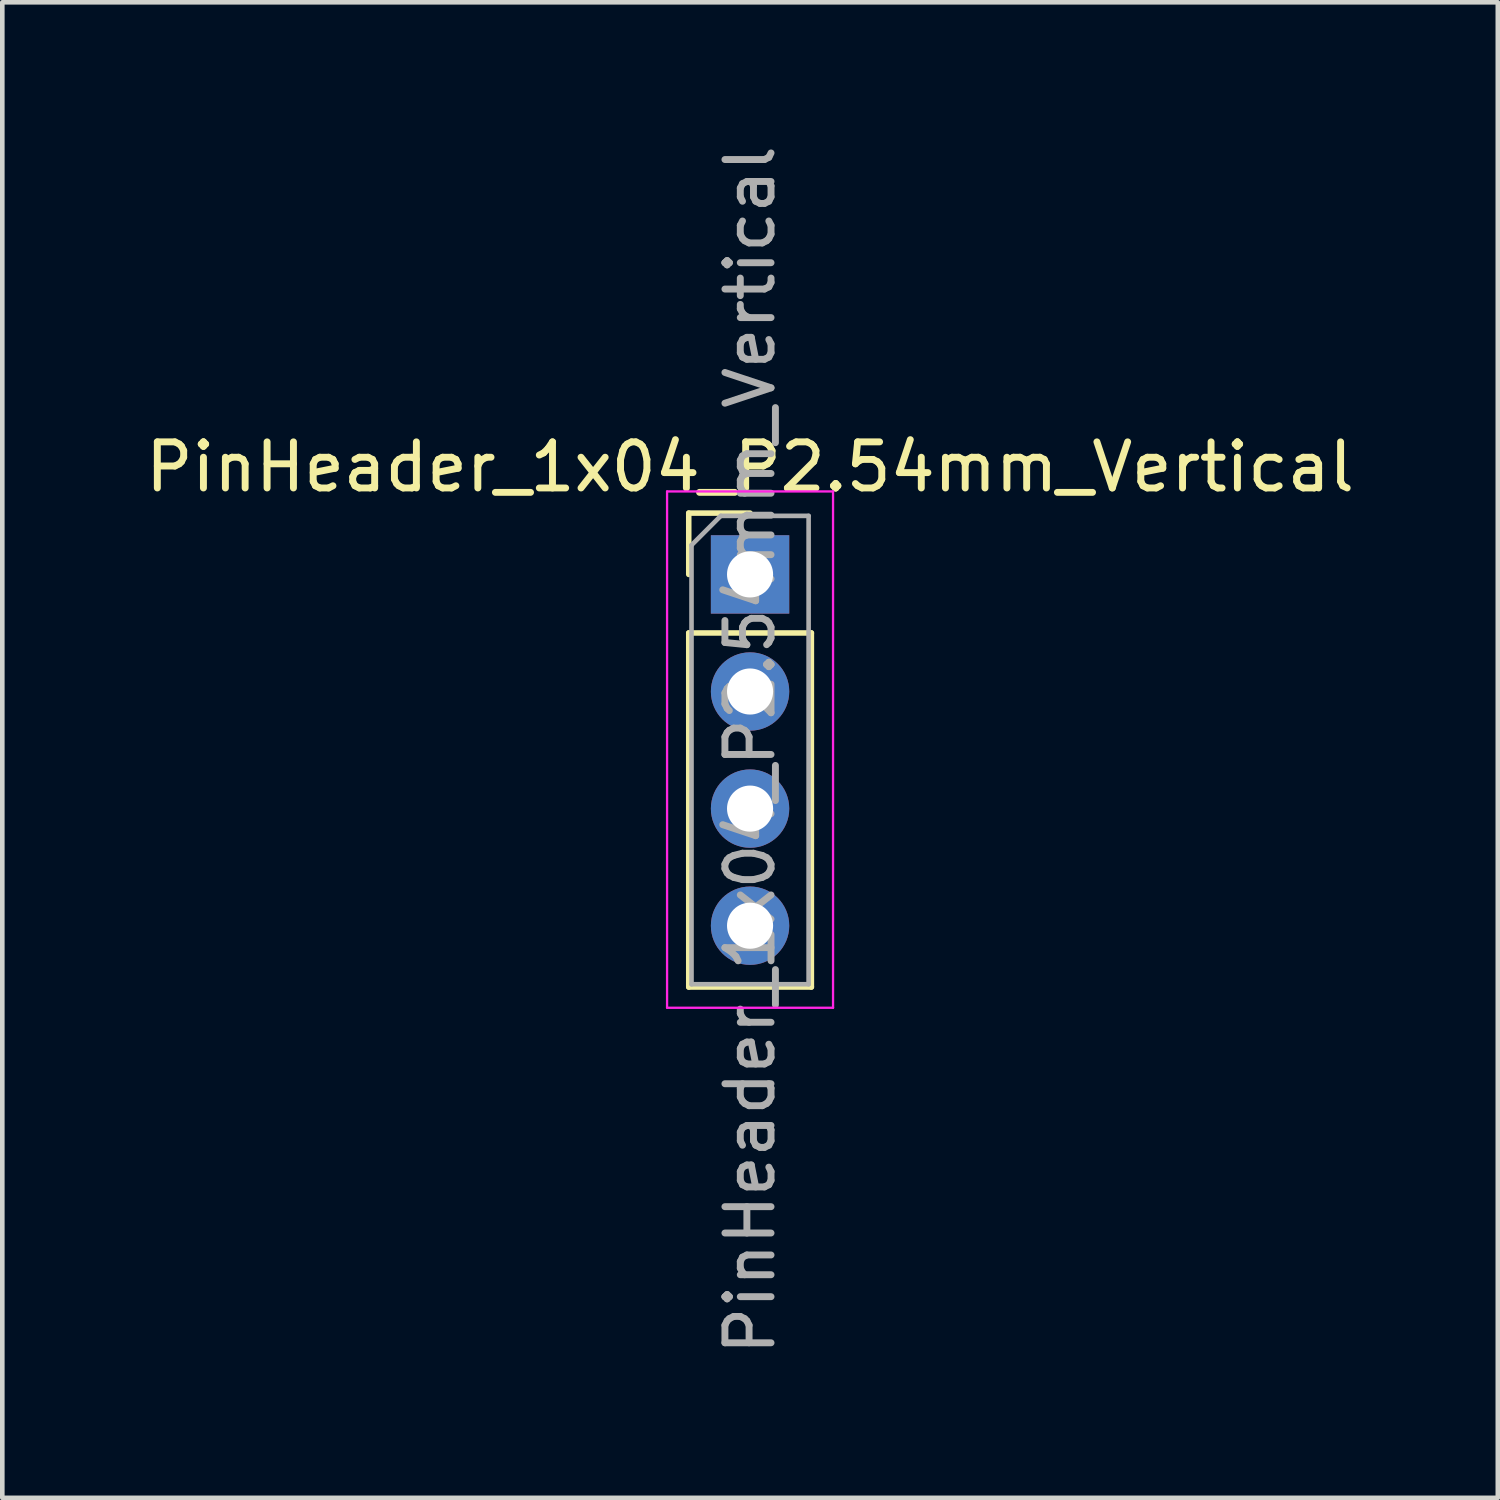
<source format=kicad_pcb>
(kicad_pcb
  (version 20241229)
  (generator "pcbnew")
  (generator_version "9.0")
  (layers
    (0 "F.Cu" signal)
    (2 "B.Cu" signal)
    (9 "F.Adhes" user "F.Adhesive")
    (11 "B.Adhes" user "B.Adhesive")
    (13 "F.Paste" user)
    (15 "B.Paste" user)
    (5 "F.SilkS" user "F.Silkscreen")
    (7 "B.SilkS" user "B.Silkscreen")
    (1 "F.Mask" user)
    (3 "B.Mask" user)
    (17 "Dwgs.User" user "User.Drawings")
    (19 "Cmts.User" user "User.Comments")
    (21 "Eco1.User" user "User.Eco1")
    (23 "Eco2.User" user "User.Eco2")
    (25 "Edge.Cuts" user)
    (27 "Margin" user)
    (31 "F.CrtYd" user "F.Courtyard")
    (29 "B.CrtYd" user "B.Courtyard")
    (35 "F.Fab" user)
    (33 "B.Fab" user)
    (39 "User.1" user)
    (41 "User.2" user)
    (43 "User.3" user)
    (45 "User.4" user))
  (footprint "PinHeader_1x04_P2.54mm_Vertical"
    (layer "F.Cu")
    (at 13.22 9.41)
    (property "Reference" "PinHeader_1x04_P2.54mm_Vertical" (at 0 -2.33 0) (layer "F.SilkS") (effects (font (size 1 1) (thickness 0.15))))
    (attr through_hole)
    (fp_line (start -1.33 -1.33) (end 0 -1.33) (stroke (width 0.12) (type solid)) (layer "F.SilkS"))
    (fp_line (start -1.33 0) (end -1.33 -1.33) (stroke (width 0.12) (type solid)) (layer "F.SilkS"))
    (fp_line (start -1.33 1.27) (end -1.33 8.95) (stroke (width 0.12) (type solid)) (layer "F.SilkS"))
    (fp_line (start -1.33 1.27) (end 1.33 1.27) (stroke (width 0.12) (type solid)) (layer "F.SilkS"))
    (fp_line (start -1.33 8.95) (end 1.33 8.95) (stroke (width 0.12) (type solid)) (layer "F.SilkS"))
    (fp_line (start 1.33 1.27) (end 1.33 8.95) (stroke (width 0.12) (type solid)) (layer "F.SilkS"))
    (fp_line (start -1.8 -1.8) (end -1.8 9.4) (stroke (width 0.05) (type solid)) (layer "F.CrtYd"))
    (fp_line (start -1.8 9.4) (end 1.8 9.4) (stroke (width 0.05) (type solid)) (layer "F.CrtYd"))
    (fp_line (start 1.8 -1.8) (end -1.8 -1.8) (stroke (width 0.05) (type solid)) (layer "F.CrtYd"))
    (fp_line (start 1.8 9.4) (end 1.8 -1.8) (stroke (width 0.05) (type solid)) (layer "F.CrtYd"))
    (fp_line (start -1.27 -0.635) (end -0.635 -1.27) (stroke (width 0.1) (type solid)) (layer "F.Fab"))
    (fp_line (start -1.27 8.89) (end -1.27 -0.635) (stroke (width 0.1) (type solid)) (layer "F.Fab"))
    (fp_line (start -0.635 -1.27) (end 1.27 -1.27) (stroke (width 0.1) (type solid)) (layer "F.Fab"))
    (fp_line (start 1.27 -1.27) (end 1.27 8.89) (stroke (width 0.1) (type solid)) (layer "F.Fab"))
    (fp_line (start 1.27 8.89) (end -1.27 8.89) (stroke (width 0.1) (type solid)) (layer "F.Fab"))
    (fp_text user "${REFERENCE}" (at 0 3.81 90) (layer "F.Fab") (effects (font (size 1 1) (thickness 0.15))))
    (pad "1" thru_hole rect (at 0 0) (size 1.7 1.7) (drill 1) (layers "*.Cu" "*.Mask"))
    (pad "2" thru_hole oval (at 0 2.54) (size 1.7 1.7) (drill 1) (layers "*.Cu" "*.Mask"))
    (pad "3" thru_hole oval (at 0 5.08) (size 1.7 1.7) (drill 1) (layers "*.Cu" "*.Mask"))
    (pad "4" thru_hole oval (at 0 7.62) (size 1.7 1.7) (drill 1) (layers "*.Cu" "*.Mask")))
  (gr_rect
    (start -3 -3)
    (end 29.44 29.44)
    (stroke (width 0.1) (type default))
    (fill no)
    (layer "Edge.Cuts")))
</source>
